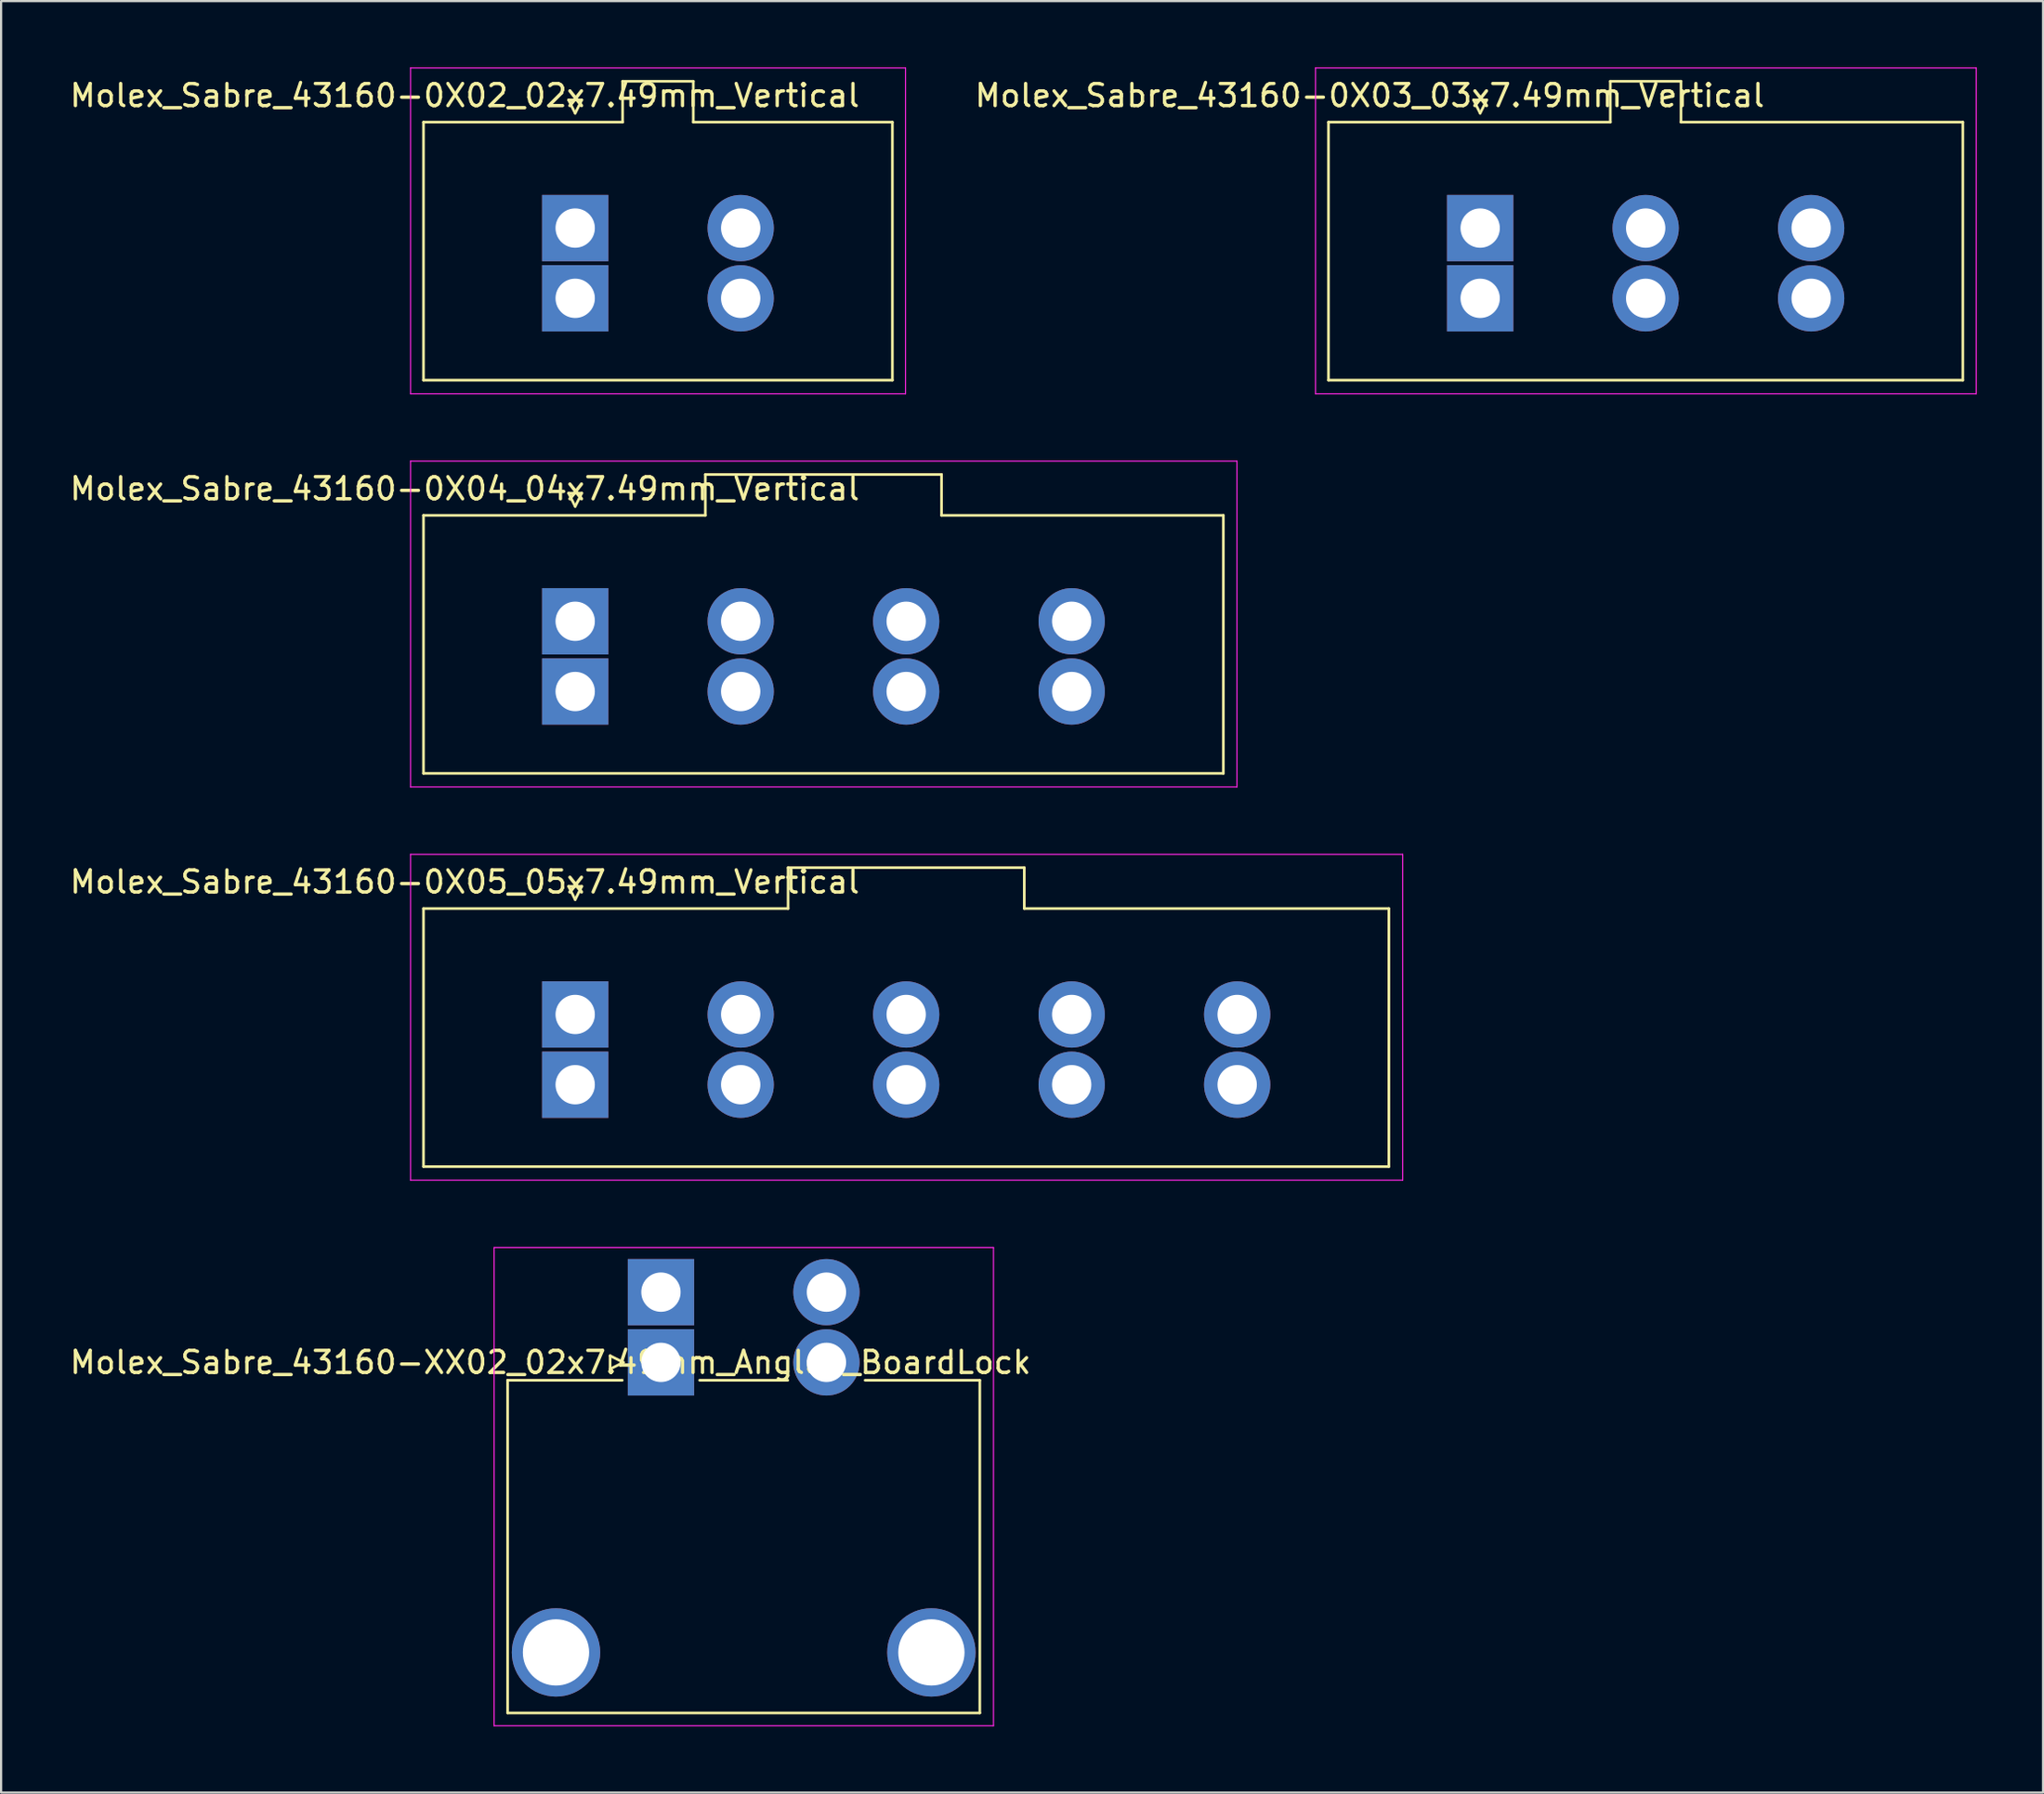
<source format=kicad_pcb>
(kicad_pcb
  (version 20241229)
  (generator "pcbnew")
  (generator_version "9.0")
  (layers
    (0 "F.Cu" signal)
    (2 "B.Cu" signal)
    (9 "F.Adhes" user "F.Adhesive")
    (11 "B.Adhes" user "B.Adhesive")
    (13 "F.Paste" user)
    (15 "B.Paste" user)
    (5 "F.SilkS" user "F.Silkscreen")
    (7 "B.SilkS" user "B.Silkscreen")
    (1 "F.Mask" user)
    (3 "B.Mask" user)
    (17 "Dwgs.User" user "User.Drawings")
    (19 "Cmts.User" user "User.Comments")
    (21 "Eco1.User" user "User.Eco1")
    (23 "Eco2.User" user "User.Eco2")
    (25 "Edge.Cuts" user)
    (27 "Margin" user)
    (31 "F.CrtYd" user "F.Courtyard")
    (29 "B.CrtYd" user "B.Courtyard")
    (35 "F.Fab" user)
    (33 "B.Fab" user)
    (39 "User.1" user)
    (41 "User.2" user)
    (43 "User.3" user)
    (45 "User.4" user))
  (footprint "Molex_Sabre_43160-0X03_03x7.49mm_Vertical"
    (layer "F.Cu")
    (at 63.939 7.275)
    (property "Reference" "Molex_Sabre_43160-0X03_03x7.49mm_Vertical" (at -5 -6 0) (layer "F.SilkS") (effects (font (size 1 1) (thickness 0.15))))
    (attr through_hole)
    (fp_line (start -6.865 -4.795) (end 5.89 -4.795) (stroke (width 0.12) (type solid)) (layer "F.SilkS"))
    (fp_line (start -6.865 6.885) (end -6.865 -4.795) (stroke (width 0.12) (type solid)) (layer "F.SilkS"))
    (fp_line (start -0.3 -5.8) (end 0 -5.2) (stroke (width 0.12) (type solid)) (layer "F.SilkS"))
    (fp_line (start 0 -5.2) (end 0.3 -5.8) (stroke (width 0.12) (type solid)) (layer "F.SilkS"))
    (fp_line (start 0.3 -5.8) (end -0.3 -5.8) (stroke (width 0.12) (type solid)) (layer "F.SilkS"))
    (fp_line (start 5.89 -6.645) (end 9.09 -6.645) (stroke (width 0.12) (type solid)) (layer "F.SilkS"))
    (fp_line (start 5.89 -4.795) (end 5.89 -6.645) (stroke (width 0.12) (type solid)) (layer "F.SilkS"))
    (fp_line (start 9.09 -6.645) (end 9.09 -4.795) (stroke (width 0.12) (type solid)) (layer "F.SilkS"))
    (fp_line (start 9.09 -4.795) (end 21.845 -4.795) (stroke (width 0.12) (type solid)) (layer "F.SilkS"))
    (fp_line (start 21.845 -4.795) (end 21.845 6.885) (stroke (width 0.12) (type solid)) (layer "F.SilkS"))
    (fp_line (start 21.845 6.885) (end -6.865 6.885) (stroke (width 0.12) (type solid)) (layer "F.SilkS"))
    (fp_line (start -7.45 -7.25) (end -7.45 7.5) (stroke (width 0.05) (type solid)) (layer "F.CrtYd"))
    (fp_line (start -7.45 7.5) (end 22.45 7.5) (stroke (width 0.05) (type solid)) (layer "F.CrtYd"))
    (fp_line (start 22.45 -7.25) (end -7.45 -7.25) (stroke (width 0.05) (type solid)) (layer "F.CrtYd"))
    (fp_line (start 22.45 7.5) (end 22.45 -7.25) (stroke (width 0.05) (type solid)) (layer "F.CrtYd"))
    (pad "1" thru_hole rect (at 0 0) (size 3 3) (drill 1.78) (layers "*.Cu" "*.Mask"))
    (pad "1" thru_hole rect (at 0 3.18) (size 3 3) (drill 1.78) (layers "*.Cu" "*.Mask"))
    (pad "2" thru_hole circle (at 7.49 0) (size 3 3) (drill 1.78) (layers "*.Cu" "*.Mask"))
    (pad "2" thru_hole circle (at 7.49 3.18) (size 3 3) (drill 1.78) (layers "*.Cu" "*.Mask"))
    (pad "3" thru_hole circle (at 14.98 0) (size 3 3) (drill 1.78) (layers "*.Cu" "*.Mask"))
    (pad "3" thru_hole circle (at 14.98 3.18) (size 3 3) (drill 1.78) (layers "*.Cu" "*.Mask")))
  (footprint "Molex_Sabre_43160-0X02_02x7.49mm_Vertical"
    (layer "F.Cu")
    (at 22.982 7.275)
    (property "Reference" "Molex_Sabre_43160-0X02_02x7.49mm_Vertical" (at -5 -6 0) (layer "F.SilkS") (effects (font (size 1 1) (thickness 0.15))))
    (attr through_hole)
    (fp_line (start -6.865 -4.795) (end 2.145 -4.795) (stroke (width 0.12) (type solid)) (layer "F.SilkS"))
    (fp_line (start -6.865 6.885) (end -6.865 -4.795) (stroke (width 0.12) (type solid)) (layer "F.SilkS"))
    (fp_line (start -0.3 -5.8) (end 0 -5.2) (stroke (width 0.12) (type solid)) (layer "F.SilkS"))
    (fp_line (start 0 -5.2) (end 0.3 -5.8) (stroke (width 0.12) (type solid)) (layer "F.SilkS"))
    (fp_line (start 0.3 -5.8) (end -0.3 -5.8) (stroke (width 0.12) (type solid)) (layer "F.SilkS"))
    (fp_line (start 2.145 -6.645) (end 5.345 -6.645) (stroke (width 0.12) (type solid)) (layer "F.SilkS"))
    (fp_line (start 2.145 -4.795) (end 2.145 -6.645) (stroke (width 0.12) (type solid)) (layer "F.SilkS"))
    (fp_line (start 5.345 -6.645) (end 5.345 -4.795) (stroke (width 0.12) (type solid)) (layer "F.SilkS"))
    (fp_line (start 5.345 -4.795) (end 14.355 -4.795) (stroke (width 0.12) (type solid)) (layer "F.SilkS"))
    (fp_line (start 14.355 -4.795) (end 14.355 6.885) (stroke (width 0.12) (type solid)) (layer "F.SilkS"))
    (fp_line (start 14.355 6.885) (end -6.865 6.885) (stroke (width 0.12) (type solid)) (layer "F.SilkS"))
    (fp_line (start -7.45 -7.25) (end -7.45 7.5) (stroke (width 0.05) (type solid)) (layer "F.CrtYd"))
    (fp_line (start -7.45 7.5) (end 14.95 7.5) (stroke (width 0.05) (type solid)) (layer "F.CrtYd"))
    (fp_line (start 14.95 -7.25) (end -7.45 -7.25) (stroke (width 0.05) (type solid)) (layer "F.CrtYd"))
    (fp_line (start 14.95 7.5) (end 14.95 -7.25) (stroke (width 0.05) (type solid)) (layer "F.CrtYd"))
    (pad "1" thru_hole rect (at 0 0) (size 3 3) (drill 1.78) (layers "*.Cu" "*.Mask"))
    (pad "1" thru_hole rect (at 0 3.18) (size 3 3) (drill 1.78) (layers "*.Cu" "*.Mask"))
    (pad "2" thru_hole circle (at 7.49 0) (size 3 3) (drill 1.78) (layers "*.Cu" "*.Mask"))
    (pad "2" thru_hole circle (at 7.49 3.18) (size 3 3) (drill 1.78) (layers "*.Cu" "*.Mask")))
  (footprint "Molex_Sabre_43160-XX02_02x7.49mm_Angled_BoardLock"
    (layer "F.Cu")
    (at 26.863 58.625)
    (property "Reference" "Molex_Sabre_43160-XX02_02x7.49mm_Angled_BoardLock" (at -5 0 0) (layer "F.SilkS") (effects (font (size 1 1) (thickness 0.15))))
    (attr through_hole)
    (fp_line (start -6.94 0.81) (end -6.94 15.87) (stroke (width 0.12) (type solid)) (layer "F.SilkS"))
    (fp_line (start -6.94 0.81) (end -1.75 0.81) (stroke (width 0.12) (type solid)) (layer "F.SilkS"))
    (fp_line (start -6.94 15.87) (end 14.43 15.87) (stroke (width 0.12) (type solid)) (layer "F.SilkS"))
    (fp_line (start -2.3 -0.3) (end -1.7 0) (stroke (width 0.12) (type solid)) (layer "F.SilkS"))
    (fp_line (start -2.3 0.3) (end -2.3 -0.3) (stroke (width 0.12) (type solid)) (layer "F.SilkS"))
    (fp_line (start -1.7 0) (end -2.3 0.3) (stroke (width 0.12) (type solid)) (layer "F.SilkS"))
    (fp_line (start 1.75 0.81) (end 5.74 0.81) (stroke (width 0.12) (type solid)) (layer "F.SilkS"))
    (fp_line (start 9.24 0.81) (end 14.43 0.81) (stroke (width 0.12) (type solid)) (layer "F.SilkS"))
    (fp_line (start 14.43 15.87) (end 14.43 0.81) (stroke (width 0.12) (type solid)) (layer "F.SilkS"))
    (fp_line (start -7.55 -5.2) (end -7.55 16.45) (stroke (width 0.05) (type solid)) (layer "F.CrtYd"))
    (fp_line (start -7.55 16.45) (end 15.05 16.45) (stroke (width 0.05) (type solid)) (layer "F.CrtYd"))
    (fp_line (start 15.05 -5.2) (end -7.55 -5.2) (stroke (width 0.05) (type solid)) (layer "F.CrtYd"))
    (fp_line (start 15.05 16.45) (end 15.05 -5.2) (stroke (width 0.05) (type solid)) (layer "F.CrtYd"))
    (pad "" thru_hole circle (at -4.75 13.13) (size 4 4) (drill 3) (layers "*.Cu" "*.Mask"))
    (pad "" thru_hole circle (at 12.24 13.13) (size 4 4) (drill 3) (layers "*.Cu" "*.Mask"))
    (pad "1" thru_hole rect (at 0 -3.18) (size 3 3) (drill 1.78) (layers "*.Cu" "*.Mask"))
    (pad "1" thru_hole rect (at 0 0) (size 3 3) (drill 1.78) (layers "*.Cu" "*.Mask"))
    (pad "2" thru_hole circle (at 7.49 -3.18) (size 3 3) (drill 1.78) (layers "*.Cu" "*.Mask"))
    (pad "2" thru_hole circle (at 7.49 0) (size 3 3) (drill 1.78) (layers "*.Cu" "*.Mask")))
  (footprint "Molex_Sabre_43160-0X04_04x7.49mm_Vertical"
    (layer "F.Cu")
    (at 22.982 25.075)
    (property "Reference" "Molex_Sabre_43160-0X04_04x7.49mm_Vertical" (at -5 -6 0) (layer "F.SilkS") (effects (font (size 1 1) (thickness 0.15))))
    (attr through_hole)
    (fp_line (start -6.865 -4.795) (end 5.89 -4.795) (stroke (width 0.12) (type solid)) (layer "F.SilkS"))
    (fp_line (start -6.865 6.885) (end -6.865 -4.795) (stroke (width 0.12) (type solid)) (layer "F.SilkS"))
    (fp_line (start -0.3 -5.8) (end 0 -5.2) (stroke (width 0.12) (type solid)) (layer "F.SilkS"))
    (fp_line (start 0 -5.2) (end 0.3 -5.8) (stroke (width 0.12) (type solid)) (layer "F.SilkS"))
    (fp_line (start 0.3 -5.8) (end -0.3 -5.8) (stroke (width 0.12) (type solid)) (layer "F.SilkS"))
    (fp_line (start 5.89 -6.645) (end 16.58 -6.645) (stroke (width 0.12) (type solid)) (layer "F.SilkS"))
    (fp_line (start 5.89 -4.795) (end 5.89 -6.645) (stroke (width 0.12) (type solid)) (layer "F.SilkS"))
    (fp_line (start 16.58 -6.645) (end 16.58 -4.795) (stroke (width 0.12) (type solid)) (layer "F.SilkS"))
    (fp_line (start 16.58 -4.795) (end 29.335 -4.795) (stroke (width 0.12) (type solid)) (layer "F.SilkS"))
    (fp_line (start 29.335 -4.795) (end 29.335 6.885) (stroke (width 0.12) (type solid)) (layer "F.SilkS"))
    (fp_line (start 29.335 6.885) (end -6.865 6.885) (stroke (width 0.12) (type solid)) (layer "F.SilkS"))
    (fp_line (start -7.45 -7.25) (end -7.45 7.5) (stroke (width 0.05) (type solid)) (layer "F.CrtYd"))
    (fp_line (start -7.45 7.5) (end 29.95 7.5) (stroke (width 0.05) (type solid)) (layer "F.CrtYd"))
    (fp_line (start 29.95 -7.25) (end -7.45 -7.25) (stroke (width 0.05) (type solid)) (layer "F.CrtYd"))
    (fp_line (start 29.95 7.5) (end 29.95 -7.25) (stroke (width 0.05) (type solid)) (layer "F.CrtYd"))
    (pad "1" thru_hole rect (at 0 0) (size 3 3) (drill 1.78) (layers "*.Cu" "*.Mask"))
    (pad "1" thru_hole rect (at 0 3.18) (size 3 3) (drill 1.78) (layers "*.Cu" "*.Mask"))
    (pad "2" thru_hole circle (at 7.49 0) (size 3 3) (drill 1.78) (layers "*.Cu" "*.Mask"))
    (pad "2" thru_hole circle (at 7.49 3.18) (size 3 3) (drill 1.78) (layers "*.Cu" "*.Mask"))
    (pad "3" thru_hole circle (at 14.98 0) (size 3 3) (drill 1.78) (layers "*.Cu" "*.Mask"))
    (pad "3" thru_hole circle (at 14.98 3.18) (size 3 3) (drill 1.78) (layers "*.Cu" "*.Mask"))
    (pad "4" thru_hole circle (at 22.47 0) (size 3 3) (drill 1.78) (layers "*.Cu" "*.Mask"))
    (pad "4" thru_hole circle (at 22.47 3.18) (size 3 3) (drill 1.78) (layers "*.Cu" "*.Mask")))
  (footprint "Molex_Sabre_43160-0X05_05x7.49mm_Vertical"
    (layer "F.Cu")
    (at 22.982 42.875)
    (property "Reference" "Molex_Sabre_43160-0X05_05x7.49mm_Vertical" (at -5 -6 0) (layer "F.SilkS") (effects (font (size 1 1) (thickness 0.15))))
    (attr through_hole)
    (fp_line (start -6.865 -4.795) (end 9.635 -4.795) (stroke (width 0.12) (type solid)) (layer "F.SilkS"))
    (fp_line (start -6.865 6.885) (end -6.865 -4.795) (stroke (width 0.12) (type solid)) (layer "F.SilkS"))
    (fp_line (start -0.3 -5.8) (end 0 -5.2) (stroke (width 0.12) (type solid)) (layer "F.SilkS"))
    (fp_line (start 0 -5.2) (end 0.3 -5.8) (stroke (width 0.12) (type solid)) (layer "F.SilkS"))
    (fp_line (start 0.3 -5.8) (end -0.3 -5.8) (stroke (width 0.12) (type solid)) (layer "F.SilkS"))
    (fp_line (start 9.635 -6.645) (end 20.325 -6.645) (stroke (width 0.12) (type solid)) (layer "F.SilkS"))
    (fp_line (start 9.635 -4.795) (end 9.635 -6.645) (stroke (width 0.12) (type solid)) (layer "F.SilkS"))
    (fp_line (start 20.325 -6.645) (end 20.325 -4.795) (stroke (width 0.12) (type solid)) (layer "F.SilkS"))
    (fp_line (start 20.325 -4.795) (end 36.825 -4.795) (stroke (width 0.12) (type solid)) (layer "F.SilkS"))
    (fp_line (start 36.825 -4.795) (end 36.825 6.885) (stroke (width 0.12) (type solid)) (layer "F.SilkS"))
    (fp_line (start 36.825 6.885) (end -6.865 6.885) (stroke (width 0.12) (type solid)) (layer "F.SilkS"))
    (fp_line (start -7.45 -7.25) (end -7.45 7.5) (stroke (width 0.05) (type solid)) (layer "F.CrtYd"))
    (fp_line (start -7.45 7.5) (end 37.45 7.5) (stroke (width 0.05) (type solid)) (layer "F.CrtYd"))
    (fp_line (start 37.45 -7.25) (end -7.45 -7.25) (stroke (width 0.05) (type solid)) (layer "F.CrtYd"))
    (fp_line (start 37.45 7.5) (end 37.45 -7.25) (stroke (width 0.05) (type solid)) (layer "F.CrtYd"))
    (pad "1" thru_hole rect (at 0 0) (size 3 3) (drill 1.78) (layers "*.Cu" "*.Mask"))
    (pad "1" thru_hole rect (at 0 3.18) (size 3 3) (drill 1.78) (layers "*.Cu" "*.Mask"))
    (pad "2" thru_hole circle (at 7.49 0) (size 3 3) (drill 1.78) (layers "*.Cu" "*.Mask"))
    (pad "2" thru_hole circle (at 7.49 3.18) (size 3 3) (drill 1.78) (layers "*.Cu" "*.Mask"))
    (pad "3" thru_hole circle (at 14.98 0) (size 3 3) (drill 1.78) (layers "*.Cu" "*.Mask"))
    (pad "3" thru_hole circle (at 14.98 3.18) (size 3 3) (drill 1.78) (layers "*.Cu" "*.Mask"))
    (pad "4" thru_hole circle (at 22.47 0) (size 3 3) (drill 1.78) (layers "*.Cu" "*.Mask"))
    (pad "4" thru_hole circle (at 22.47 3.18) (size 3 3) (drill 1.78) (layers "*.Cu" "*.Mask"))
    (pad "5" thru_hole circle (at 29.96 0) (size 3 3) (drill 1.78) (layers "*.Cu" "*.Mask"))
    (pad "5" thru_hole circle (at 29.96 3.18) (size 3 3) (drill 1.78) (layers "*.Cu" "*.Mask")))
  (gr_rect
    (start -3 -3)
    (end 89.414 78.1)
    (stroke (width 0.1) (type default))
    (fill no)
    (layer "Edge.Cuts")))
</source>
